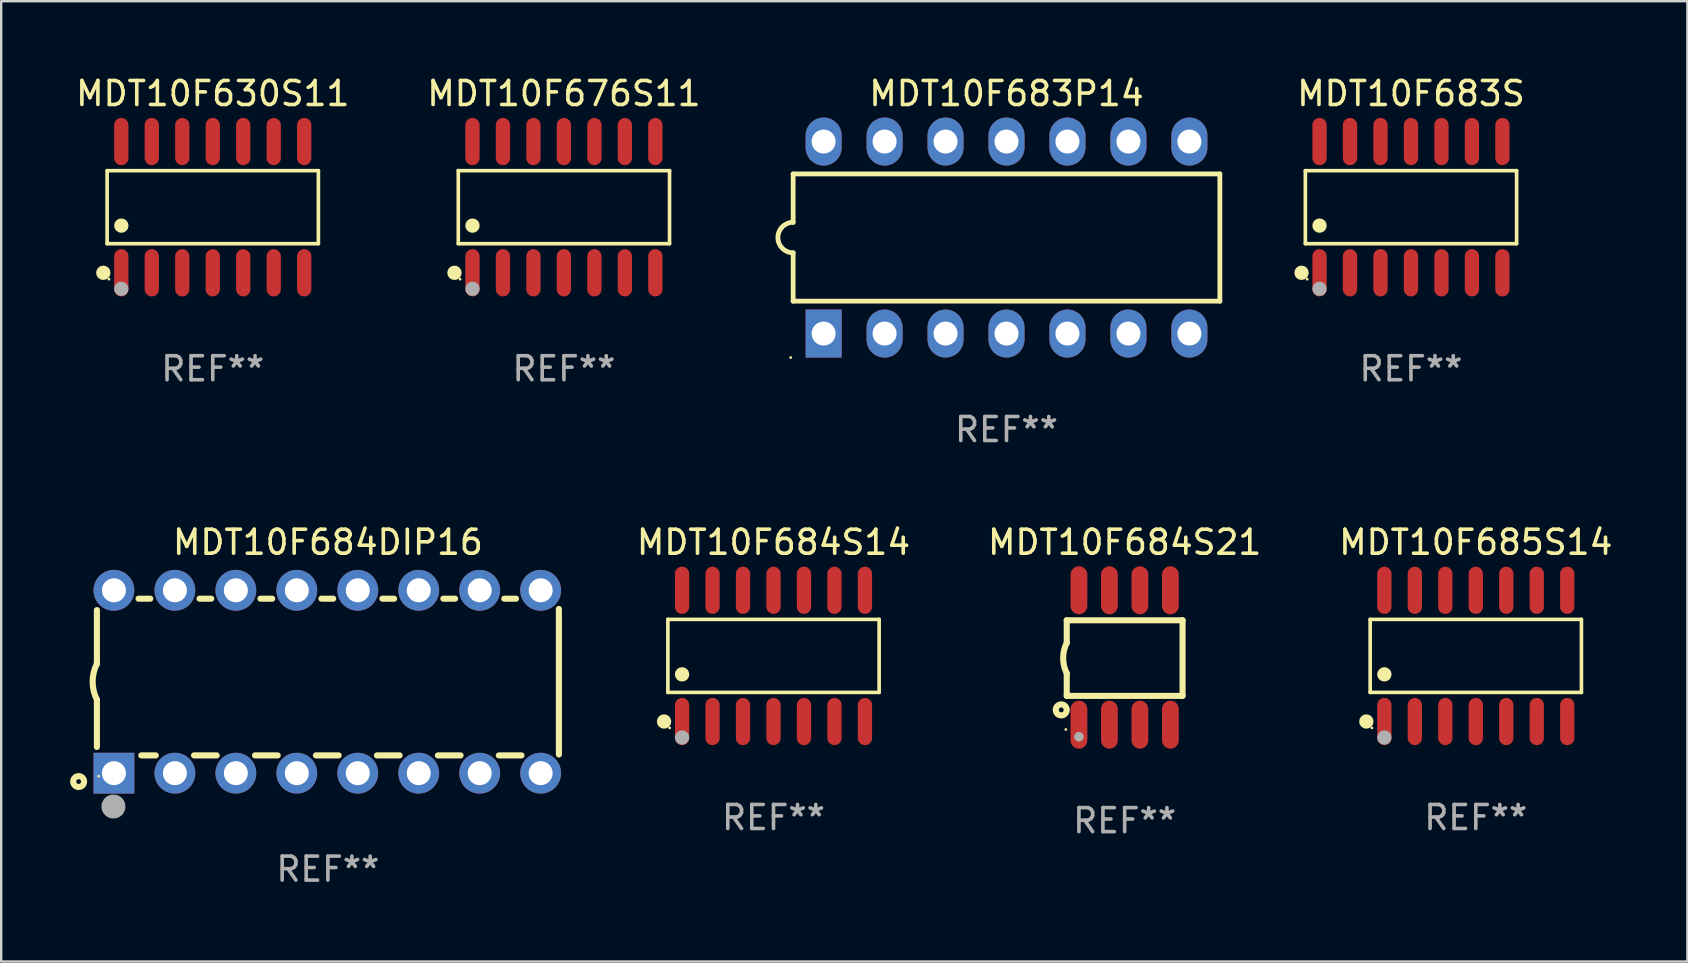
<source format=kicad_pcb>
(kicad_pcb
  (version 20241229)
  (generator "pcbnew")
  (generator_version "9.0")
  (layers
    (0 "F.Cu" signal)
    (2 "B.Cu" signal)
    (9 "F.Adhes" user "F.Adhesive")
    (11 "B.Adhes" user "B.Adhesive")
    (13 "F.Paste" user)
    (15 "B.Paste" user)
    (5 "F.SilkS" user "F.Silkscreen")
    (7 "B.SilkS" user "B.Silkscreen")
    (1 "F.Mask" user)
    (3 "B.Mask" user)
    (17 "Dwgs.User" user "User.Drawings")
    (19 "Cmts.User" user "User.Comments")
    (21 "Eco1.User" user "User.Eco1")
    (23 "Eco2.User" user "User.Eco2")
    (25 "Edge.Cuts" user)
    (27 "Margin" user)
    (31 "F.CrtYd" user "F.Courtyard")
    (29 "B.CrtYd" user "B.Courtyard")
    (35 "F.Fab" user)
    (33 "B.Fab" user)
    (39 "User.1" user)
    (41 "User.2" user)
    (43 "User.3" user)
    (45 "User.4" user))
  (footprint "MDT10F684S14"
    (layer "F.Cu")
    (at 29.179 24.279)
    (property "Reference" "MDT10F684S14" (at 0 -4.734 0) (layer "F.SilkS") (effects (font (size 1 1) (thickness 0.15))))
    (attr through_hole)
    (fp_line (start -4.401 -1.521) (end 4.401 -1.521) (stroke (width 0.152) (type solid)) (layer "F.SilkS"))
    (fp_line (start -4.401 1.521) (end -4.401 -1.521) (stroke (width 0.152) (type solid)) (layer "F.SilkS"))
    (fp_line (start 4.401 -1.521) (end 4.401 1.521) (stroke (width 0.152) (type solid)) (layer "F.SilkS"))
    (fp_line (start 4.401 1.521) (end -4.401 1.521) (stroke (width 0.152) (type solid)) (layer "F.SilkS"))
    (fp_circle (center -4.56 2.734) (end -4.41 2.734) (stroke (width 0.3) (type solid)) (fill no) (layer "F.SilkS"))
    (fp_circle (center -4.325 3) (end -4.295 3) (stroke (width 0.06) (type solid)) (fill no) (layer "F.SilkS"))
    (fp_circle (center -3.81 0.769) (end -3.66 0.769) (stroke (width 0.3) (type solid)) (fill no) (layer "F.SilkS"))
    (fp_circle (center -3.81 3.4) (end -3.66 3.4) (stroke (width 0.3) (type solid)) (fill no) (layer "F.Fab"))
    (fp_text user "REF**" (at 0 6.734 0) (layer "F.Fab") (effects (font (size 1 1) (thickness 0.15))))
    (pad "1" smd oval (at -3.81 2.734) (size 0.595 1.968) (layers "F.Cu" "F.Mask" "F.Paste"))
    (pad "2" smd oval (at -2.54 2.734) (size 0.595 1.968) (layers "F.Cu" "F.Mask" "F.Paste"))
    (pad "3" smd oval (at -1.27 2.734) (size 0.595 1.968) (layers "F.Cu" "F.Mask" "F.Paste"))
    (pad "4" smd oval (at 0 2.734) (size 0.595 1.968) (layers "F.Cu" "F.Mask" "F.Paste"))
    (pad "5" smd oval (at 1.27 2.734) (size 0.595 1.968) (layers "F.Cu" "F.Mask" "F.Paste"))
    (pad "6" smd oval (at 2.54 2.734) (size 0.595 1.968) (layers "F.Cu" "F.Mask" "F.Paste"))
    (pad "7" smd oval (at 3.81 2.734) (size 0.595 1.968) (layers "F.Cu" "F.Mask" "F.Paste"))
    (pad "8" smd oval (at 3.81 -2.734) (size 0.595 1.968) (layers "F.Cu" "F.Mask" "F.Paste"))
    (pad "9" smd oval (at 2.54 -2.734) (size 0.595 1.968) (layers "F.Cu" "F.Mask" "F.Paste"))
    (pad "10" smd oval (at 1.27 -2.734) (size 0.595 1.968) (layers "F.Cu" "F.Mask" "F.Paste"))
    (pad "11" smd oval (at 0 -2.734) (size 0.595 1.968) (layers "F.Cu" "F.Mask" "F.Paste"))
    (pad "12" smd oval (at -1.27 -2.734) (size 0.595 1.968) (layers "F.Cu" "F.Mask" "F.Paste"))
    (pad "13" smd oval (at -2.54 -2.734) (size 0.595 1.968) (layers "F.Cu" "F.Mask" "F.Paste"))
    (pad "14" smd oval (at -3.81 -2.734) (size 0.595 1.968) (layers "F.Cu" "F.Mask" "F.Paste")))
  (footprint "MDT10F685S14"
    (layer "F.Cu")
    (at 58.441 24.279)
    (property "Reference" "MDT10F685S14" (at 0 -4.734 0) (layer "F.SilkS") (effects (font (size 1 1) (thickness 0.15))))
    (attr through_hole)
    (fp_line (start -4.401 -1.521) (end 4.401 -1.521) (stroke (width 0.152) (type solid)) (layer "F.SilkS"))
    (fp_line (start -4.401 1.521) (end -4.401 -1.521) (stroke (width 0.152) (type solid)) (layer "F.SilkS"))
    (fp_line (start 4.401 -1.521) (end 4.401 1.521) (stroke (width 0.152) (type solid)) (layer "F.SilkS"))
    (fp_line (start 4.401 1.521) (end -4.401 1.521) (stroke (width 0.152) (type solid)) (layer "F.SilkS"))
    (fp_circle (center -4.56 2.734) (end -4.41 2.734) (stroke (width 0.3) (type solid)) (fill no) (layer "F.SilkS"))
    (fp_circle (center -4.325 3) (end -4.295 3) (stroke (width 0.06) (type solid)) (fill no) (layer "F.SilkS"))
    (fp_circle (center -3.81 0.769) (end -3.66 0.769) (stroke (width 0.3) (type solid)) (fill no) (layer "F.SilkS"))
    (fp_circle (center -3.81 3.4) (end -3.66 3.4) (stroke (width 0.3) (type solid)) (fill no) (layer "F.Fab"))
    (fp_text user "REF**" (at 0 6.734 0) (layer "F.Fab") (effects (font (size 1 1) (thickness 0.15))))
    (pad "1" smd oval (at -3.81 2.734) (size 0.595 1.968) (layers "F.Cu" "F.Mask" "F.Paste"))
    (pad "2" smd oval (at -2.54 2.734) (size 0.595 1.968) (layers "F.Cu" "F.Mask" "F.Paste"))
    (pad "3" smd oval (at -1.27 2.734) (size 0.595 1.968) (layers "F.Cu" "F.Mask" "F.Paste"))
    (pad "4" smd oval (at 0 2.734) (size 0.595 1.968) (layers "F.Cu" "F.Mask" "F.Paste"))
    (pad "5" smd oval (at 1.27 2.734) (size 0.595 1.968) (layers "F.Cu" "F.Mask" "F.Paste"))
    (pad "6" smd oval (at 2.54 2.734) (size 0.595 1.968) (layers "F.Cu" "F.Mask" "F.Paste"))
    (pad "7" smd oval (at 3.81 2.734) (size 0.595 1.968) (layers "F.Cu" "F.Mask" "F.Paste"))
    (pad "8" smd oval (at 3.81 -2.734) (size 0.595 1.968) (layers "F.Cu" "F.Mask" "F.Paste"))
    (pad "9" smd oval (at 2.54 -2.734) (size 0.595 1.968) (layers "F.Cu" "F.Mask" "F.Paste"))
    (pad "10" smd oval (at 1.27 -2.734) (size 0.595 1.968) (layers "F.Cu" "F.Mask" "F.Paste"))
    (pad "11" smd oval (at 0 -2.734) (size 0.595 1.968) (layers "F.Cu" "F.Mask" "F.Paste"))
    (pad "12" smd oval (at -1.27 -2.734) (size 0.595 1.968) (layers "F.Cu" "F.Mask" "F.Paste"))
    (pad "13" smd oval (at -2.54 -2.734) (size 0.595 1.968) (layers "F.Cu" "F.Mask" "F.Paste"))
    (pad "14" smd oval (at -3.81 -2.734) (size 0.595 1.968) (layers "F.Cu" "F.Mask" "F.Paste")))
  (footprint "MDT10F684DIP16"
    (layer "F.Cu")
    (at 10.612 25.355)
    (property "Reference" "MDT10F684DIP16" (at 0 -5.81 0) (layer "F.SilkS") (effects (font (size 1 1) (thickness 0.15))))
    (attr through_hole)
    (fp_line (start -9.625 -0.75) (end -9.625 -2.985) (stroke (width 0.254) (type solid)) (layer "F.SilkS"))
    (fp_line (start -9.625 0.749) (end -9.625 2.719) (stroke (width 0.254) (type solid)) (layer "F.SilkS"))
    (fp_line (start -7.889 -3.46) (end -7.401 -3.46) (stroke (width 0.254) (type solid)) (layer "F.SilkS"))
    (fp_line (start -7.775 3.07) (end -7.172 3.07) (stroke (width 0.254) (type solid)) (layer "F.SilkS"))
    (fp_line (start -5.578 3.07) (end -4.632 3.07) (stroke (width 0.254) (type solid)) (layer "F.SilkS"))
    (fp_line (start -5.349 -3.46) (end -4.861 -3.46) (stroke (width 0.254) (type solid)) (layer "F.SilkS"))
    (fp_line (start -3.038 3.07) (end -2.092 3.07) (stroke (width 0.254) (type solid)) (layer "F.SilkS"))
    (fp_line (start -2.809 -3.46) (end -2.321 -3.46) (stroke (width 0.254) (type solid)) (layer "F.SilkS"))
    (fp_line (start -0.498 3.07) (end 0.448 3.07) (stroke (width 0.254) (type solid)) (layer "F.SilkS"))
    (fp_line (start -0.269 -3.46) (end 0.219 -3.46) (stroke (width 0.254) (type solid)) (layer "F.SilkS"))
    (fp_line (start 2.042 3.07) (end 2.988 3.07) (stroke (width 0.254) (type solid)) (layer "F.SilkS"))
    (fp_line (start 2.271 -3.46) (end 2.759 -3.46) (stroke (width 0.254) (type solid)) (layer "F.SilkS"))
    (fp_line (start 4.582 3.07) (end 5.528 3.07) (stroke (width 0.254) (type solid)) (layer "F.SilkS"))
    (fp_line (start 4.811 -3.46) (end 5.299 -3.46) (stroke (width 0.254) (type solid)) (layer "F.SilkS"))
    (fp_line (start 7.122 3.07) (end 8.068 3.07) (stroke (width 0.254) (type solid)) (layer "F.SilkS"))
    (fp_line (start 7.351 -3.46) (end 7.839 -3.46) (stroke (width 0.254) (type solid)) (layer "F.SilkS"))
    (fp_line (start 9.625 3.032) (end 9.625 -3.032) (stroke (width 0.254) (type solid)) (layer "F.SilkS"))
    (fp_arc (start -9.62498 0.748819) (mid -9.801899 -0.000581) (end -9.625006 -0.749987) (stroke (width 0.254001) (type solid)) (layer "F.SilkS"))
    (fp_circle (center -10.385 4.16) (end -10.285 4.16) (stroke (width 0.254) (type solid)) (fill no) (layer "F.SilkS"))
    (fp_circle (center -9.55 3.937) (end -9.52 3.937) (stroke (width 0.06) (type solid)) (fill no) (layer "F.SilkS"))
    (fp_circle (center -8.935 5.2) (end -8.685 5.2) (stroke (width 0.5) (type solid)) (fill no) (layer "F.Fab"))
    (fp_text user "REF**" (at 0 7.81 0) (layer "F.Fab") (effects (font (size 1 1) (thickness 0.15))))
    (pad "1" thru_hole rect (at -8.915 3.81) (size 1.7 1.7) (drill 1) (layers "*.Cu" "*.Mask"))
    (pad "2" thru_hole circle (at -6.375 3.81) (size 1.7 1.7) (drill 1) (layers "*.Cu" "*.Mask"))
    (pad "3" thru_hole circle (at -3.835 3.81) (size 1.7 1.7) (drill 1) (layers "*.Cu" "*.Mask"))
    (pad "4" thru_hole circle (at -1.295 3.81) (size 1.7 1.7) (drill 1) (layers "*.Cu" "*.Mask"))
    (pad "5" thru_hole circle (at 1.245 3.81) (size 1.7 1.7) (drill 1) (layers "*.Cu" "*.Mask"))
    (pad "6" thru_hole circle (at 3.785 3.81) (size 1.7 1.7) (drill 1) (layers "*.Cu" "*.Mask"))
    (pad "7" thru_hole circle (at 6.325 3.81) (size 1.7 1.7) (drill 1) (layers "*.Cu" "*.Mask"))
    (pad "8" thru_hole circle (at 8.865 3.81) (size 1.7 1.7) (drill 1) (layers "*.Cu" "*.Mask"))
    (pad "9" thru_hole circle (at 8.865 -3.81) (size 1.7 1.7) (drill 1) (layers "*.Cu" "*.Mask"))
    (pad "10" thru_hole circle (at 6.325 -3.81) (size 1.7 1.7) (drill 1) (layers "*.Cu" "*.Mask"))
    (pad "11" thru_hole circle (at 3.785 -3.81) (size 1.7 1.7) (drill 1) (layers "*.Cu" "*.Mask"))
    (pad "12" thru_hole circle (at 1.245 -3.81) (size 1.7 1.7) (drill 1) (layers "*.Cu" "*.Mask"))
    (pad "13" thru_hole circle (at -1.295 -3.81) (size 1.7 1.7) (drill 1) (layers "*.Cu" "*.Mask"))
    (pad "14" thru_hole circle (at -3.835 -3.81) (size 1.7 1.7) (drill 1) (layers "*.Cu" "*.Mask"))
    (pad "15" thru_hole circle (at -6.375 -3.81) (size 1.7 1.7) (drill 1) (layers "*.Cu" "*.Mask"))
    (pad "16" thru_hole circle (at -8.915 -3.81) (size 1.7 1.7) (drill 1) (layers "*.Cu" "*.Mask")))
  (footprint "MDT10F676S11"
    (layer "F.Cu")
    (at 20.446 5.582)
    (property "Reference" "MDT10F676S11" (at 0 -4.734 0) (layer "F.SilkS") (effects (font (size 1 1) (thickness 0.15))))
    (attr through_hole)
    (fp_line (start -4.401 -1.521) (end 4.401 -1.521) (stroke (width 0.152) (type solid)) (layer "F.SilkS"))
    (fp_line (start -4.401 1.521) (end -4.401 -1.521) (stroke (width 0.152) (type solid)) (layer "F.SilkS"))
    (fp_line (start 4.401 -1.521) (end 4.401 1.521) (stroke (width 0.152) (type solid)) (layer "F.SilkS"))
    (fp_line (start 4.401 1.521) (end -4.401 1.521) (stroke (width 0.152) (type solid)) (layer "F.SilkS"))
    (fp_circle (center -4.56 2.734) (end -4.41 2.734) (stroke (width 0.3) (type solid)) (fill no) (layer "F.SilkS"))
    (fp_circle (center -4.325 3) (end -4.295 3) (stroke (width 0.06) (type solid)) (fill no) (layer "F.SilkS"))
    (fp_circle (center -3.81 0.769) (end -3.66 0.769) (stroke (width 0.3) (type solid)) (fill no) (layer "F.SilkS"))
    (fp_circle (center -3.81 3.4) (end -3.66 3.4) (stroke (width 0.3) (type solid)) (fill no) (layer "F.Fab"))
    (fp_text user "REF**" (at 0 6.734 0) (layer "F.Fab") (effects (font (size 1 1) (thickness 0.15))))
    (pad "1" smd oval (at -3.81 2.734) (size 0.595 1.968) (layers "F.Cu" "F.Mask" "F.Paste"))
    (pad "2" smd oval (at -2.54 2.734) (size 0.595 1.968) (layers "F.Cu" "F.Mask" "F.Paste"))
    (pad "3" smd oval (at -1.27 2.734) (size 0.595 1.968) (layers "F.Cu" "F.Mask" "F.Paste"))
    (pad "4" smd oval (at 0 2.734) (size 0.595 1.968) (layers "F.Cu" "F.Mask" "F.Paste"))
    (pad "5" smd oval (at 1.27 2.734) (size 0.595 1.968) (layers "F.Cu" "F.Mask" "F.Paste"))
    (pad "6" smd oval (at 2.54 2.734) (size 0.595 1.968) (layers "F.Cu" "F.Mask" "F.Paste"))
    (pad "7" smd oval (at 3.81 2.734) (size 0.595 1.968) (layers "F.Cu" "F.Mask" "F.Paste"))
    (pad "8" smd oval (at 3.81 -2.734) (size 0.595 1.968) (layers "F.Cu" "F.Mask" "F.Paste"))
    (pad "9" smd oval (at 2.54 -2.734) (size 0.595 1.968) (layers "F.Cu" "F.Mask" "F.Paste"))
    (pad "10" smd oval (at 1.27 -2.734) (size 0.595 1.968) (layers "F.Cu" "F.Mask" "F.Paste"))
    (pad "11" smd oval (at 0 -2.734) (size 0.595 1.968) (layers "F.Cu" "F.Mask" "F.Paste"))
    (pad "12" smd oval (at -1.27 -2.734) (size 0.595 1.968) (layers "F.Cu" "F.Mask" "F.Paste"))
    (pad "13" smd oval (at -2.54 -2.734) (size 0.595 1.968) (layers "F.Cu" "F.Mask" "F.Paste"))
    (pad "14" smd oval (at -3.81 -2.734) (size 0.595 1.968) (layers "F.Cu" "F.Mask" "F.Paste")))
  (footprint "MDT10F684S21"
    (layer "F.Cu")
    (at 43.81 24.345)
    (property "Reference" "MDT10F684S21" (at 0 -4.8 0) (layer "F.SilkS") (effects (font (size 1 1) (thickness 0.15))))
    (attr through_hole)
    (fp_line (start -2.413 -1.55) (end -2.413 -0.61) (stroke (width 0.254) (type solid)) (layer "F.SilkS"))
    (fp_line (start -2.413 0.66) (end -2.413 1.6) (stroke (width 0.254) (type solid)) (layer "F.SilkS"))
    (fp_line (start -2.413 1.6) (end 2.413 1.6) (stroke (width 0.254) (type solid)) (layer "F.SilkS"))
    (fp_line (start 2.413 -1.55) (end -2.413 -1.55) (stroke (width 0.254) (type solid)) (layer "F.SilkS"))
    (fp_line (start 2.413 1.6) (end 2.413 -1.55) (stroke (width 0.254) (type solid)) (layer "F.SilkS"))
    (fp_arc (start -2.413005 0.6603) (mid -2.562909 0.025298) (end -2.413005 -0.609703) (stroke (width 0.254001) (type solid)) (layer "F.SilkS"))
    (fp_circle (center -2.642 2.184) (end -2.54 2.184) (stroke (width 0.254) (type solid)) (fill no) (layer "F.SilkS"))
    (fp_circle (center -2.45 3) (end -2.42 3) (stroke (width 0.06) (type solid)) (fill no) (layer "F.SilkS"))
    (fp_circle (center -1.905 3.302) (end -1.805 3.302) (stroke (width 0.2) (type solid)) (fill no) (layer "F.Fab"))
    (fp_text user "REF**" (at 0 6.8 0) (layer "F.Fab") (effects (font (size 1 1) (thickness 0.15))))
    (pad "1" smd oval (at -1.905 2.8 180) (size 0.7 2) (layers "F.Cu" "F.Mask" "F.Paste"))
    (pad "2" smd oval (at -0.635 2.8 180) (size 0.7 2) (layers "F.Cu" "F.Mask" "F.Paste"))
    (pad "3" smd oval (at 0.635 2.8 180) (size 0.7 2) (layers "F.Cu" "F.Mask" "F.Paste"))
    (pad "4" smd oval (at 1.905 2.8 180) (size 0.7 2) (layers "F.Cu" "F.Mask" "F.Paste"))
    (pad "5" smd oval (at 1.905 -2.8 180) (size 0.7 2) (layers "F.Cu" "F.Mask" "F.Paste"))
    (pad "6" smd oval (at 0.635 -2.8 180) (size 0.7 2) (layers "F.Cu" "F.Mask" "F.Paste"))
    (pad "7" smd oval (at -0.635 -2.8 180) (size 0.7 2) (layers "F.Cu" "F.Mask" "F.Paste"))
    (pad "8" smd oval (at -1.905 -2.8 180) (size 0.7 2) (layers "F.Cu" "F.Mask" "F.Paste")))
  (footprint "MDT10F683P14"
    (layer "F.Cu")
    (at 38.887 6.848)
    (property "Reference" "MDT10F683P14" (at 0 -6 0) (layer "F.SilkS") (effects (font (size 1 1) (thickness 0.15))))
    (attr through_hole)
    (fp_line (start -8.89 -2.65) (end -8.89 -0.635) (stroke (width 0.2) (type solid)) (layer "F.SilkS"))
    (fp_line (start -8.89 0.635) (end -8.89 2.65) (stroke (width 0.2) (type solid)) (layer "F.SilkS"))
    (fp_line (start -8.89 2.65) (end 8.89 2.65) (stroke (width 0.2) (type solid)) (layer "F.SilkS"))
    (fp_line (start 8.89 -2.65) (end -8.89 -2.65) (stroke (width 0.2) (type solid)) (layer "F.SilkS"))
    (fp_line (start 8.89 2.65) (end 8.89 -2.65) (stroke (width 0.2) (type solid)) (layer "F.SilkS"))
    (fp_arc (start -8.890018 0.635001) (mid -9.525019 0) (end -8.890018 -0.635001) (stroke (width 0.2) (type solid)) (layer "F.SilkS"))
    (fp_circle (center -8.99 5) (end -8.96 5) (stroke (width 0.06) (type solid)) (fill no) (layer "F.SilkS"))
    (fp_text user "REF**" (at 0 8 0) (layer "F.Fab") (effects (font (size 1 1) (thickness 0.15))))
    (pad "1" thru_hole rect (at -7.62 4 90) (size 2 1.5) (drill 1) (layers "*.Cu" "*.Mask"))
    (pad "2" thru_hole oval (at -5.08 4 90) (size 2 1.5) (drill 1) (layers "*.Cu" "*.Mask"))
    (pad "3" thru_hole oval (at -2.54 4 90) (size 2 1.5) (drill 1) (layers "*.Cu" "*.Mask"))
    (pad "4" thru_hole oval (at 0 4 90) (size 2 1.5) (drill 1) (layers "*.Cu" "*.Mask"))
    (pad "5" thru_hole oval (at 2.54 4 90) (size 2 1.5) (drill 1) (layers "*.Cu" "*.Mask"))
    (pad "6" thru_hole oval (at 5.08 4 90) (size 2 1.5) (drill 1) (layers "*.Cu" "*.Mask"))
    (pad "7" thru_hole oval (at 7.62 4 90) (size 2 1.5) (drill 1) (layers "*.Cu" "*.Mask"))
    (pad "8" thru_hole oval (at 7.62 -4 90) (size 2 1.5) (drill 1) (layers "*.Cu" "*.Mask"))
    (pad "9" thru_hole oval (at 5.08 -4 90) (size 2 1.5) (drill 1) (layers "*.Cu" "*.Mask"))
    (pad "10" thru_hole oval (at 2.54 -4 90) (size 2 1.5) (drill 1) (layers "*.Cu" "*.Mask"))
    (pad "11" thru_hole oval (at 0 -4 90) (size 2 1.5) (drill 1) (layers "*.Cu" "*.Mask"))
    (pad "12" thru_hole oval (at -2.54 -4 90) (size 2 1.5) (drill 1) (layers "*.Cu" "*.Mask"))
    (pad "13" thru_hole oval (at -5.08 -4 90) (size 2 1.5) (drill 1) (layers "*.Cu" "*.Mask"))
    (pad "14" thru_hole oval (at -7.62 -4 90) (size 2 1.5) (drill 1) (layers "*.Cu" "*.Mask")))
  (footprint "MDT10F630S11"
    (layer "F.Cu")
    (at 5.815 5.582)
    (property "Reference" "MDT10F630S11" (at 0 -4.734 0) (layer "F.SilkS") (effects (font (size 1 1) (thickness 0.15))))
    (attr through_hole)
    (fp_line (start -4.401 -1.521) (end 4.401 -1.521) (stroke (width 0.152) (type solid)) (layer "F.SilkS"))
    (fp_line (start -4.401 1.521) (end -4.401 -1.521) (stroke (width 0.152) (type solid)) (layer "F.SilkS"))
    (fp_line (start 4.401 -1.521) (end 4.401 1.521) (stroke (width 0.152) (type solid)) (layer "F.SilkS"))
    (fp_line (start 4.401 1.521) (end -4.401 1.521) (stroke (width 0.152) (type solid)) (layer "F.SilkS"))
    (fp_circle (center -4.56 2.734) (end -4.41 2.734) (stroke (width 0.3) (type solid)) (fill no) (layer "F.SilkS"))
    (fp_circle (center -4.325 3) (end -4.295 3) (stroke (width 0.06) (type solid)) (fill no) (layer "F.SilkS"))
    (fp_circle (center -3.81 0.769) (end -3.66 0.769) (stroke (width 0.3) (type solid)) (fill no) (layer "F.SilkS"))
    (fp_circle (center -3.81 3.4) (end -3.66 3.4) (stroke (width 0.3) (type solid)) (fill no) (layer "F.Fab"))
    (fp_text user "REF**" (at 0 6.734 0) (layer "F.Fab") (effects (font (size 1 1) (thickness 0.15))))
    (pad "1" smd oval (at -3.81 2.734) (size 0.595 1.968) (layers "F.Cu" "F.Mask" "F.Paste"))
    (pad "2" smd oval (at -2.54 2.734) (size 0.595 1.968) (layers "F.Cu" "F.Mask" "F.Paste"))
    (pad "3" smd oval (at -1.27 2.734) (size 0.595 1.968) (layers "F.Cu" "F.Mask" "F.Paste"))
    (pad "4" smd oval (at 0 2.734) (size 0.595 1.968) (layers "F.Cu" "F.Mask" "F.Paste"))
    (pad "5" smd oval (at 1.27 2.734) (size 0.595 1.968) (layers "F.Cu" "F.Mask" "F.Paste"))
    (pad "6" smd oval (at 2.54 2.734) (size 0.595 1.968) (layers "F.Cu" "F.Mask" "F.Paste"))
    (pad "7" smd oval (at 3.81 2.734) (size 0.595 1.968) (layers "F.Cu" "F.Mask" "F.Paste"))
    (pad "8" smd oval (at 3.81 -2.734) (size 0.595 1.968) (layers "F.Cu" "F.Mask" "F.Paste"))
    (pad "9" smd oval (at 2.54 -2.734) (size 0.595 1.968) (layers "F.Cu" "F.Mask" "F.Paste"))
    (pad "10" smd oval (at 1.27 -2.734) (size 0.595 1.968) (layers "F.Cu" "F.Mask" "F.Paste"))
    (pad "11" smd oval (at 0 -2.734) (size 0.595 1.968) (layers "F.Cu" "F.Mask" "F.Paste"))
    (pad "12" smd oval (at -1.27 -2.734) (size 0.595 1.968) (layers "F.Cu" "F.Mask" "F.Paste"))
    (pad "13" smd oval (at -2.54 -2.734) (size 0.595 1.968) (layers "F.Cu" "F.Mask" "F.Paste"))
    (pad "14" smd oval (at -3.81 -2.734) (size 0.595 1.968) (layers "F.Cu" "F.Mask" "F.Paste")))
  (footprint "MDT10F683S"
    (layer "F.Cu")
    (at 55.74 5.582)
    (property "Reference" "MDT10F683S" (at 0 -4.734 0) (layer "F.SilkS") (effects (font (size 1 1) (thickness 0.15))))
    (attr through_hole)
    (fp_line (start -4.401 -1.521) (end 4.401 -1.521) (stroke (width 0.152) (type solid)) (layer "F.SilkS"))
    (fp_line (start -4.401 1.521) (end -4.401 -1.521) (stroke (width 0.152) (type solid)) (layer "F.SilkS"))
    (fp_line (start 4.401 -1.521) (end 4.401 1.521) (stroke (width 0.152) (type solid)) (layer "F.SilkS"))
    (fp_line (start 4.401 1.521) (end -4.401 1.521) (stroke (width 0.152) (type solid)) (layer "F.SilkS"))
    (fp_circle (center -4.56 2.734) (end -4.41 2.734) (stroke (width 0.3) (type solid)) (fill no) (layer "F.SilkS"))
    (fp_circle (center -4.325 3) (end -4.295 3) (stroke (width 0.06) (type solid)) (fill no) (layer "F.SilkS"))
    (fp_circle (center -3.81 0.769) (end -3.66 0.769) (stroke (width 0.3) (type solid)) (fill no) (layer "F.SilkS"))
    (fp_circle (center -3.81 3.4) (end -3.66 3.4) (stroke (width 0.3) (type solid)) (fill no) (layer "F.Fab"))
    (fp_text user "REF**" (at 0 6.734 0) (layer "F.Fab") (effects (font (size 1 1) (thickness 0.15))))
    (pad "1" smd oval (at -3.81 2.734) (size 0.595 1.968) (layers "F.Cu" "F.Mask" "F.Paste"))
    (pad "2" smd oval (at -2.54 2.734) (size 0.595 1.968) (layers "F.Cu" "F.Mask" "F.Paste"))
    (pad "3" smd oval (at -1.27 2.734) (size 0.595 1.968) (layers "F.Cu" "F.Mask" "F.Paste"))
    (pad "4" smd oval (at 0 2.734) (size 0.595 1.968) (layers "F.Cu" "F.Mask" "F.Paste"))
    (pad "5" smd oval (at 1.27 2.734) (size 0.595 1.968) (layers "F.Cu" "F.Mask" "F.Paste"))
    (pad "6" smd oval (at 2.54 2.734) (size 0.595 1.968) (layers "F.Cu" "F.Mask" "F.Paste"))
    (pad "7" smd oval (at 3.81 2.734) (size 0.595 1.968) (layers "F.Cu" "F.Mask" "F.Paste"))
    (pad "8" smd oval (at 3.81 -2.734) (size 0.595 1.968) (layers "F.Cu" "F.Mask" "F.Paste"))
    (pad "9" smd oval (at 2.54 -2.734) (size 0.595 1.968) (layers "F.Cu" "F.Mask" "F.Paste"))
    (pad "10" smd oval (at 1.27 -2.734) (size 0.595 1.968) (layers "F.Cu" "F.Mask" "F.Paste"))
    (pad "11" smd oval (at 0 -2.734) (size 0.595 1.968) (layers "F.Cu" "F.Mask" "F.Paste"))
    (pad "12" smd oval (at -1.27 -2.734) (size 0.595 1.968) (layers "F.Cu" "F.Mask" "F.Paste"))
    (pad "13" smd oval (at -2.54 -2.734) (size 0.595 1.968) (layers "F.Cu" "F.Mask" "F.Paste"))
    (pad "14" smd oval (at -3.81 -2.734) (size 0.595 1.968) (layers "F.Cu" "F.Mask" "F.Paste")))
  (gr_rect
    (start -3 -3)
    (end 67.257 37.013)
    (stroke (width 0.1) (type default))
    (fill no)
    (layer "Edge.Cuts")))
</source>
